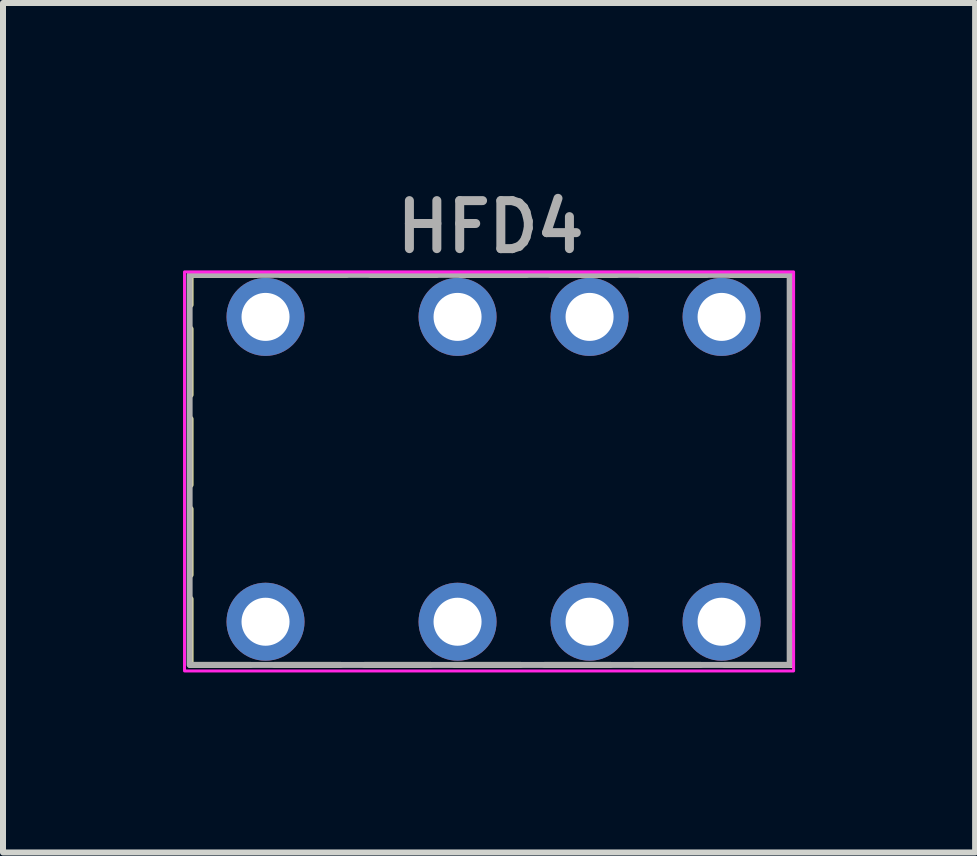
<source format=kicad_pcb>
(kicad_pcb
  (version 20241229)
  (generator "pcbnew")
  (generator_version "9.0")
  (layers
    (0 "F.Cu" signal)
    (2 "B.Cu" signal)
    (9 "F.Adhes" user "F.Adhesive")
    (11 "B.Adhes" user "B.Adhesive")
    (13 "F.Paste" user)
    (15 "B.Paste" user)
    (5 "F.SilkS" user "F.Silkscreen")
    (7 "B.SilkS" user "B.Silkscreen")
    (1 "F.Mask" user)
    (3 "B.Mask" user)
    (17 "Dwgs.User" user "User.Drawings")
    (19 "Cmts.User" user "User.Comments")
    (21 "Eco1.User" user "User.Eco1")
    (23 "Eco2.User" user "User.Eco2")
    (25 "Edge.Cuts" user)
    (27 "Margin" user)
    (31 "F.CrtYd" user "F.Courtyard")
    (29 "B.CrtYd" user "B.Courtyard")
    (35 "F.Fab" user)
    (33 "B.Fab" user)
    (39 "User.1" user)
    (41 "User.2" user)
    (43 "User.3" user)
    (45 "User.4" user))
  (footprint "HFD4"
    (layer "F.Cu")
    (at 5.125 4.781)
    (property "Reference" "HFD4" (at 0 -4.05 0) (unlocked yes) (layer "F.SilkS") (effects (font (size 0.8 0.8) (thickness 0.1))))
    (attr through_hole)
    (fp_rect (start -5 -3.25) (end 5 3.25) (stroke (width 0.1) (type dash)) (fill no) (layer "F.SilkS"))
    (fp_rect (start -5.1 -3.3) (end 5.05 3.35) (stroke (width 0.05) (type default)) (fill no) (layer "F.CrtYd"))
    (fp_rect (start -5.015 -3.25) (end 4.985 3.25) (stroke (width 0.1) (type solid)) (fill no) (layer "F.Fab"))
    (fp_text user "${REFERENCE}" (at 0 -4.05 0) (unlocked yes) (layer "F.Fab") (effects (font (size 0.8 0.8) (thickness 0.15))))
    (pad "1" thru_hole circle (at -3.75 2.53) (size 1.3 1.3) (drill 0.8) (layers "*.Cu" "*.Mask"))
    (pad "2" thru_hole circle (at -0.55 2.53) (size 1.3 1.3) (drill 0.8) (layers "*.Cu" "*.Mask"))
    (pad "3" thru_hole circle (at 1.65 2.53) (size 1.3 1.3) (drill 0.8) (layers "*.Cu" "*.Mask"))
    (pad "4" thru_hole circle (at 3.85 2.53) (size 1.3 1.3) (drill 0.8) (layers "*.Cu" "*.Mask"))
    (pad "5" thru_hole circle (at 3.85 -2.55) (size 1.3 1.3) (drill 0.8) (layers "*.Cu" "*.Mask"))
    (pad "6" thru_hole circle (at 1.65 -2.55) (size 1.3 1.3) (drill 0.8) (layers "*.Cu" "*.Mask"))
    (pad "7" thru_hole circle (at -0.55 -2.55) (size 1.3 1.3) (drill 0.8) (layers "*.Cu" "*.Mask"))
    (pad "8" thru_hole circle (at -3.75 -2.55) (size 1.3 1.3) (drill 0.8) (layers "*.Cu" "*.Mask")))
  (gr_rect
    (start -3 -3)
    (end 13.2 11.156)
    (stroke (width 0.1) (type default))
    (fill no)
    (layer "Edge.Cuts")))
</source>
